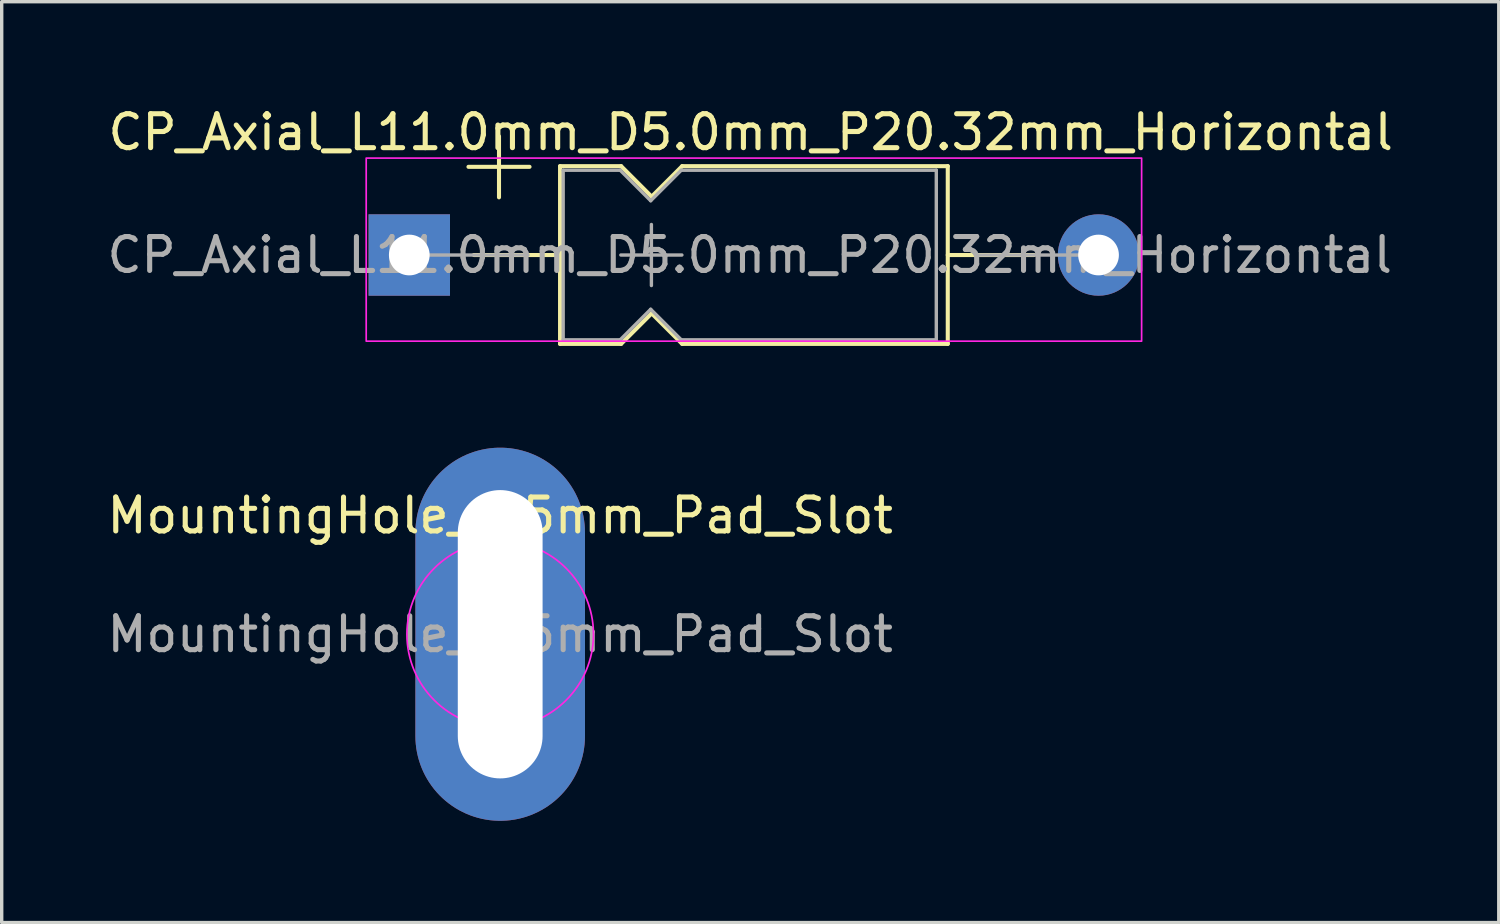
<source format=kicad_pcb>
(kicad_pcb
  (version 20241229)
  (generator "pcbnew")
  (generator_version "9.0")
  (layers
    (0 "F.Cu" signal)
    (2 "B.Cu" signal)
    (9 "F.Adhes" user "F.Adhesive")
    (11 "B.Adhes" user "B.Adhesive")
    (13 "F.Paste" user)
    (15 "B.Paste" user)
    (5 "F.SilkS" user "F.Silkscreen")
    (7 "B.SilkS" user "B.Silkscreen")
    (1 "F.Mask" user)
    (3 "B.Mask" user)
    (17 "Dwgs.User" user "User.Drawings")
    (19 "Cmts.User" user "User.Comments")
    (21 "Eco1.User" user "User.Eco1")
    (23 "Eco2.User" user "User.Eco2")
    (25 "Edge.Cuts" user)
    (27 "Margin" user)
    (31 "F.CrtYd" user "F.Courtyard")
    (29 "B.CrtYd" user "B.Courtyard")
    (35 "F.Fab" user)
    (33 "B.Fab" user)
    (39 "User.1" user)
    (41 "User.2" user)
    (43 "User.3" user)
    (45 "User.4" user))
  (footprint "MountingHole_2.5mm_Pad_Slot"
    (layer "F.Cu")
    (at 11.696 15.648)
    (property "Reference" "MountingHole_2.5mm_Pad_Slot" (at 0 -3.5 0) (layer "F.SilkS") (effects (font (size 1 1) (thickness 0.15))))
    (attr exclude_from_pos_files exclude_from_bom)
    (fp_circle (center 0 0) (end 2.75 0) (stroke (width 0.05) (type solid)) (fill no) (layer "F.CrtYd"))
    (fp_text user "${REFERENCE}" (at 0 0 0) (layer "F.Fab") (effects (font (size 1 1) (thickness 0.15))))
    (pad "1" thru_hole oval (at 0 0) (size 5 11) (drill oval 2.5 8.5) (layers "*.Cu" "*.Mask")))
  (footprint "CP_Axial_L11.0mm_D5.0mm_P20.32mm_Horizontal"
    (layer "F.Cu")
    (at 9.016 4.468)
    (property "Reference" "CP_Axial_L11.0mm_D5.0mm_P20.32mm_Horizontal" (at 10.065 -3.62 0) (layer "F.SilkS") (effects (font (size 1 1) (thickness 0.15))))
    (attr through_hole)
    (fp_line (start 1.745 -2.6) (end 3.545 -2.6) (stroke (width 0.12) (type solid)) (layer "F.SilkS"))
    (fp_line (start 1.905 0) (end 4.445 0) (stroke (width 0.12) (type solid)) (layer "F.SilkS"))
    (fp_line (start 2.645 -3.5) (end 2.645 -1.7) (stroke (width 0.12) (type solid)) (layer "F.SilkS"))
    (fp_line (start 4.445 -2.62) (end 4.445 2.62) (stroke (width 0.12) (type solid)) (layer "F.SilkS"))
    (fp_line (start 4.445 -2.62) (end 6.245 -2.62) (stroke (width 0.12) (type solid)) (layer "F.SilkS"))
    (fp_line (start 4.445 2.62) (end 6.245 2.62) (stroke (width 0.12) (type solid)) (layer "F.SilkS"))
    (fp_line (start 6.245 -2.62) (end 7.145 -1.72) (stroke (width 0.12) (type solid)) (layer "F.SilkS"))
    (fp_line (start 6.245 2.62) (end 7.145 1.72) (stroke (width 0.12) (type solid)) (layer "F.SilkS"))
    (fp_line (start 7.145 -1.72) (end 8.045 -2.62) (stroke (width 0.12) (type solid)) (layer "F.SilkS"))
    (fp_line (start 7.145 1.72) (end 8.045 2.62) (stroke (width 0.12) (type solid)) (layer "F.SilkS"))
    (fp_line (start 8.045 -2.62) (end 15.875 -2.62) (stroke (width 0.12) (type solid)) (layer "F.SilkS"))
    (fp_line (start 8.045 2.62) (end 15.875 2.62) (stroke (width 0.12) (type solid)) (layer "F.SilkS"))
    (fp_line (start 15.875 -2.62) (end 15.875 2.62) (stroke (width 0.12) (type solid)) (layer "F.SilkS"))
    (fp_line (start 18.415 0) (end 15.875 0) (stroke (width 0.12) (type solid)) (layer "F.SilkS"))
    (fp_rect (start -1.27 -2.857) (end 21.59 2.54) (stroke (width 0.05) (type default)) (fill no) (layer "F.CrtYd"))
    (fp_line (start 0 0) (end 3.5 0) (stroke (width 0.1) (type solid)) (layer "F.Fab"))
    (fp_line (start 4.537 -2.5) (end 4.537 2.5) (stroke (width 0.1) (type solid)) (layer "F.Fab"))
    (fp_line (start 4.537 -2.5) (end 6.218 -2.5) (stroke (width 0.1) (type solid)) (layer "F.Fab"))
    (fp_line (start 4.537 2.5) (end 6.218 2.5) (stroke (width 0.1) (type solid)) (layer "F.Fab"))
    (fp_line (start 6.218 -2.5) (end 7.117 -1.6) (stroke (width 0.1) (type solid)) (layer "F.Fab"))
    (fp_line (start 6.218 2.5) (end 7.117 1.6) (stroke (width 0.1) (type solid)) (layer "F.Fab"))
    (fp_line (start 6.237 0) (end 8.037 0) (stroke (width 0.1) (type solid)) (layer "F.Fab"))
    (fp_line (start 7.117 -1.6) (end 8.018 -2.5) (stroke (width 0.1) (type solid)) (layer "F.Fab"))
    (fp_line (start 7.117 1.6) (end 8.018 2.5) (stroke (width 0.1) (type solid)) (layer "F.Fab"))
    (fp_line (start 7.138 -0.9) (end 7.138 0.9) (stroke (width 0.1) (type solid)) (layer "F.Fab"))
    (fp_line (start 8.018 -2.5) (end 15.537 -2.5) (stroke (width 0.1) (type solid)) (layer "F.Fab"))
    (fp_line (start 8.018 2.5) (end 15.537 2.5) (stroke (width 0.1) (type solid)) (layer "F.Fab"))
    (fp_line (start 15.537 -2.5) (end 15.537 2.5) (stroke (width 0.1) (type solid)) (layer "F.Fab"))
    (fp_line (start 20.3 0) (end 16.8 0) (stroke (width 0.1) (type solid)) (layer "F.Fab"))
    (fp_text user "${REFERENCE}" (at 10.037 0 0) (layer "F.Fab") (effects (font (size 1 1) (thickness 0.15))))
    (pad "1" thru_hole rect (at 0 0) (size 2.4 2.4) (drill 1.2) (layers "*.Cu" "*.Mask"))
    (pad "2" thru_hole oval (at 20.32 0) (size 2.4 2.4) (drill 1.2) (layers "*.Cu" "*.Mask")))
  (gr_rect
    (start -3 -3)
    (end 41.135 24.148)
    (stroke (width 0.1) (type default))
    (fill no)
    (layer "Edge.Cuts")))
</source>
